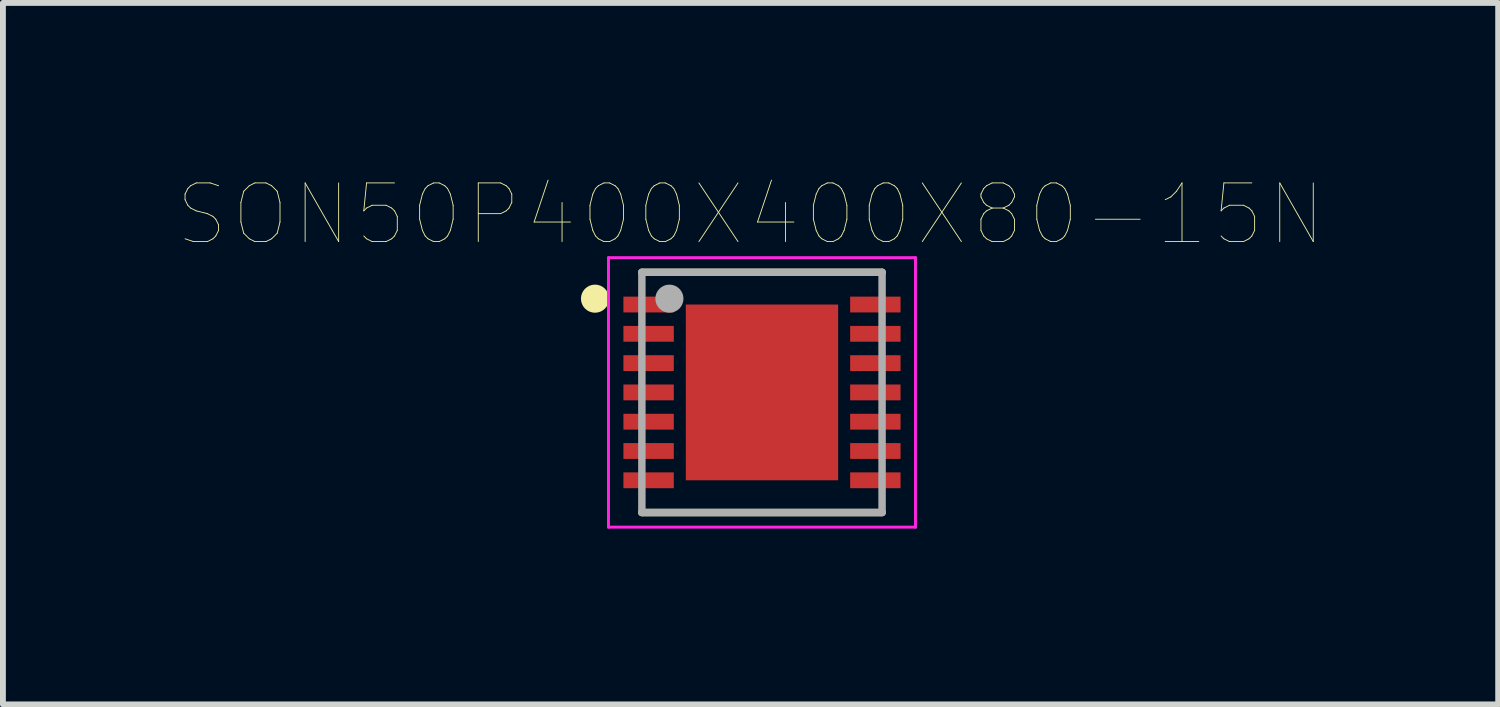
<source format=kicad_pcb>
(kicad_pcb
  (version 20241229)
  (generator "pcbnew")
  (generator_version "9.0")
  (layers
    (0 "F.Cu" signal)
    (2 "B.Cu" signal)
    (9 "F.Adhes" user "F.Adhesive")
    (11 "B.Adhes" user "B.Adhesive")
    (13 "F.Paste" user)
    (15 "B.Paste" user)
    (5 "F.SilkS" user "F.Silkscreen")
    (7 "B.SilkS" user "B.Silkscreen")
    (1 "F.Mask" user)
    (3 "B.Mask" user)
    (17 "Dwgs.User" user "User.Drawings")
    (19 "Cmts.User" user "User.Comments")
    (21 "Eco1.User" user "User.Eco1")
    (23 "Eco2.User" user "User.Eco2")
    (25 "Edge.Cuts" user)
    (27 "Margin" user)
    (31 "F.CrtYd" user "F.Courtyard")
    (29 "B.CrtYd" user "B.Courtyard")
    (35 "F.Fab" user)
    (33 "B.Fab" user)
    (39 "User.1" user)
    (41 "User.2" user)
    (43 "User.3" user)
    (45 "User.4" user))
  (footprint "SON50P400X400X80-15N"
    (layer "F.Cu")
    (at 9.956 3.648)
    (property "Reference" "SON50P400X400X80-15N" (at -0.195 -3.037 0) (layer "F.SilkS") (effects (font (size 1.001 1.001) (thickness 0.015))))
    (attr through_hole)
    (fp_line (start -2.05 -2.05) (end 2.05 -2.05) (stroke (width 0.127) (type solid)) (layer "F.SilkS"))
    (fp_line (start 2.05 2.05) (end -2.05 2.05) (stroke (width 0.127) (type solid)) (layer "F.SilkS"))
    (fp_circle (center -2.85 -1.6) (end -2.73 -1.6) (stroke (width 0.24) (type solid)) (fill no) (layer "F.SilkS"))
    (fp_poly (pts (xy -0.821 -0.95) (xy 0.82 -0.95) (xy 0.82 0.951) (xy -0.821 0.951)) (stroke (width 0.01) (type solid)) (fill yes) (layer "F.Paste"))
    (fp_line (start -2.62 -2.3) (end 2.62 -2.3) (stroke (width 0.05) (type solid)) (layer "F.CrtYd"))
    (fp_line (start -2.62 2.3) (end -2.62 -2.3) (stroke (width 0.05) (type solid)) (layer "F.CrtYd"))
    (fp_line (start 2.62 -2.3) (end 2.62 2.3) (stroke (width 0.05) (type solid)) (layer "F.CrtYd"))
    (fp_line (start 2.62 2.3) (end -2.62 2.3) (stroke (width 0.05) (type solid)) (layer "F.CrtYd"))
    (fp_line (start -2.05 -2.05) (end 2.05 -2.05) (stroke (width 0.127) (type solid)) (layer "F.Fab"))
    (fp_line (start -2.05 2.05) (end -2.05 -2.05) (stroke (width 0.127) (type solid)) (layer "F.Fab"))
    (fp_line (start 2.05 -2.05) (end 2.05 2.05) (stroke (width 0.127) (type solid)) (layer "F.Fab"))
    (fp_line (start 2.05 2.05) (end -2.05 2.05) (stroke (width 0.127) (type solid)) (layer "F.Fab"))
    (fp_circle (center -1.58 -1.6) (end -1.46 -1.6) (stroke (width 0.24) (type solid)) (fill no) (layer "F.Fab"))
    (pad "1" smd rect (at -1.935 -1.5) (size 0.86 0.27) (layers "F.Cu" "F.Mask" "F.Paste"))
    (pad "2" smd rect (at -1.935 -1) (size 0.86 0.27) (layers "F.Cu" "F.Mask" "F.Paste"))
    (pad "3" smd rect (at -1.935 -0.5) (size 0.86 0.27) (layers "F.Cu" "F.Mask" "F.Paste"))
    (pad "4" smd rect (at -1.935 0) (size 0.86 0.27) (layers "F.Cu" "F.Mask" "F.Paste"))
    (pad "5" smd rect (at -1.935 0.5) (size 0.86 0.27) (layers "F.Cu" "F.Mask" "F.Paste"))
    (pad "6" smd rect (at -1.935 1) (size 0.86 0.27) (layers "F.Cu" "F.Mask" "F.Paste"))
    (pad "7" smd rect (at -1.935 1.5) (size 0.86 0.27) (layers "F.Cu" "F.Mask" "F.Paste"))
    (pad "8" smd rect (at 1.935 1.5) (size 0.86 0.27) (layers "F.Cu" "F.Mask" "F.Paste"))
    (pad "9" smd rect (at 1.935 1) (size 0.86 0.27) (layers "F.Cu" "F.Mask" "F.Paste"))
    (pad "10" smd rect (at 1.935 0.5) (size 0.86 0.27) (layers "F.Cu" "F.Mask" "F.Paste"))
    (pad "11" smd rect (at 1.935 0) (size 0.86 0.27) (layers "F.Cu" "F.Mask" "F.Paste"))
    (pad "12" smd rect (at 1.935 -0.5) (size 0.86 0.27) (layers "F.Cu" "F.Mask" "F.Paste"))
    (pad "13" smd rect (at 1.935 -1) (size 0.86 0.27) (layers "F.Cu" "F.Mask" "F.Paste"))
    (pad "14" smd rect (at 1.935 -1.5) (size 0.86 0.27) (layers "F.Cu" "F.Mask" "F.Paste"))
    (pad "15" smd rect (at 0 0) (size 2.6 3) (layers "F.Cu" "F.Mask")))
  (gr_rect
    (start -3 -3)
    (end 22.522 8.973)
    (stroke (width 0.1) (type default))
    (fill no)
    (layer "Edge.Cuts")))
</source>
